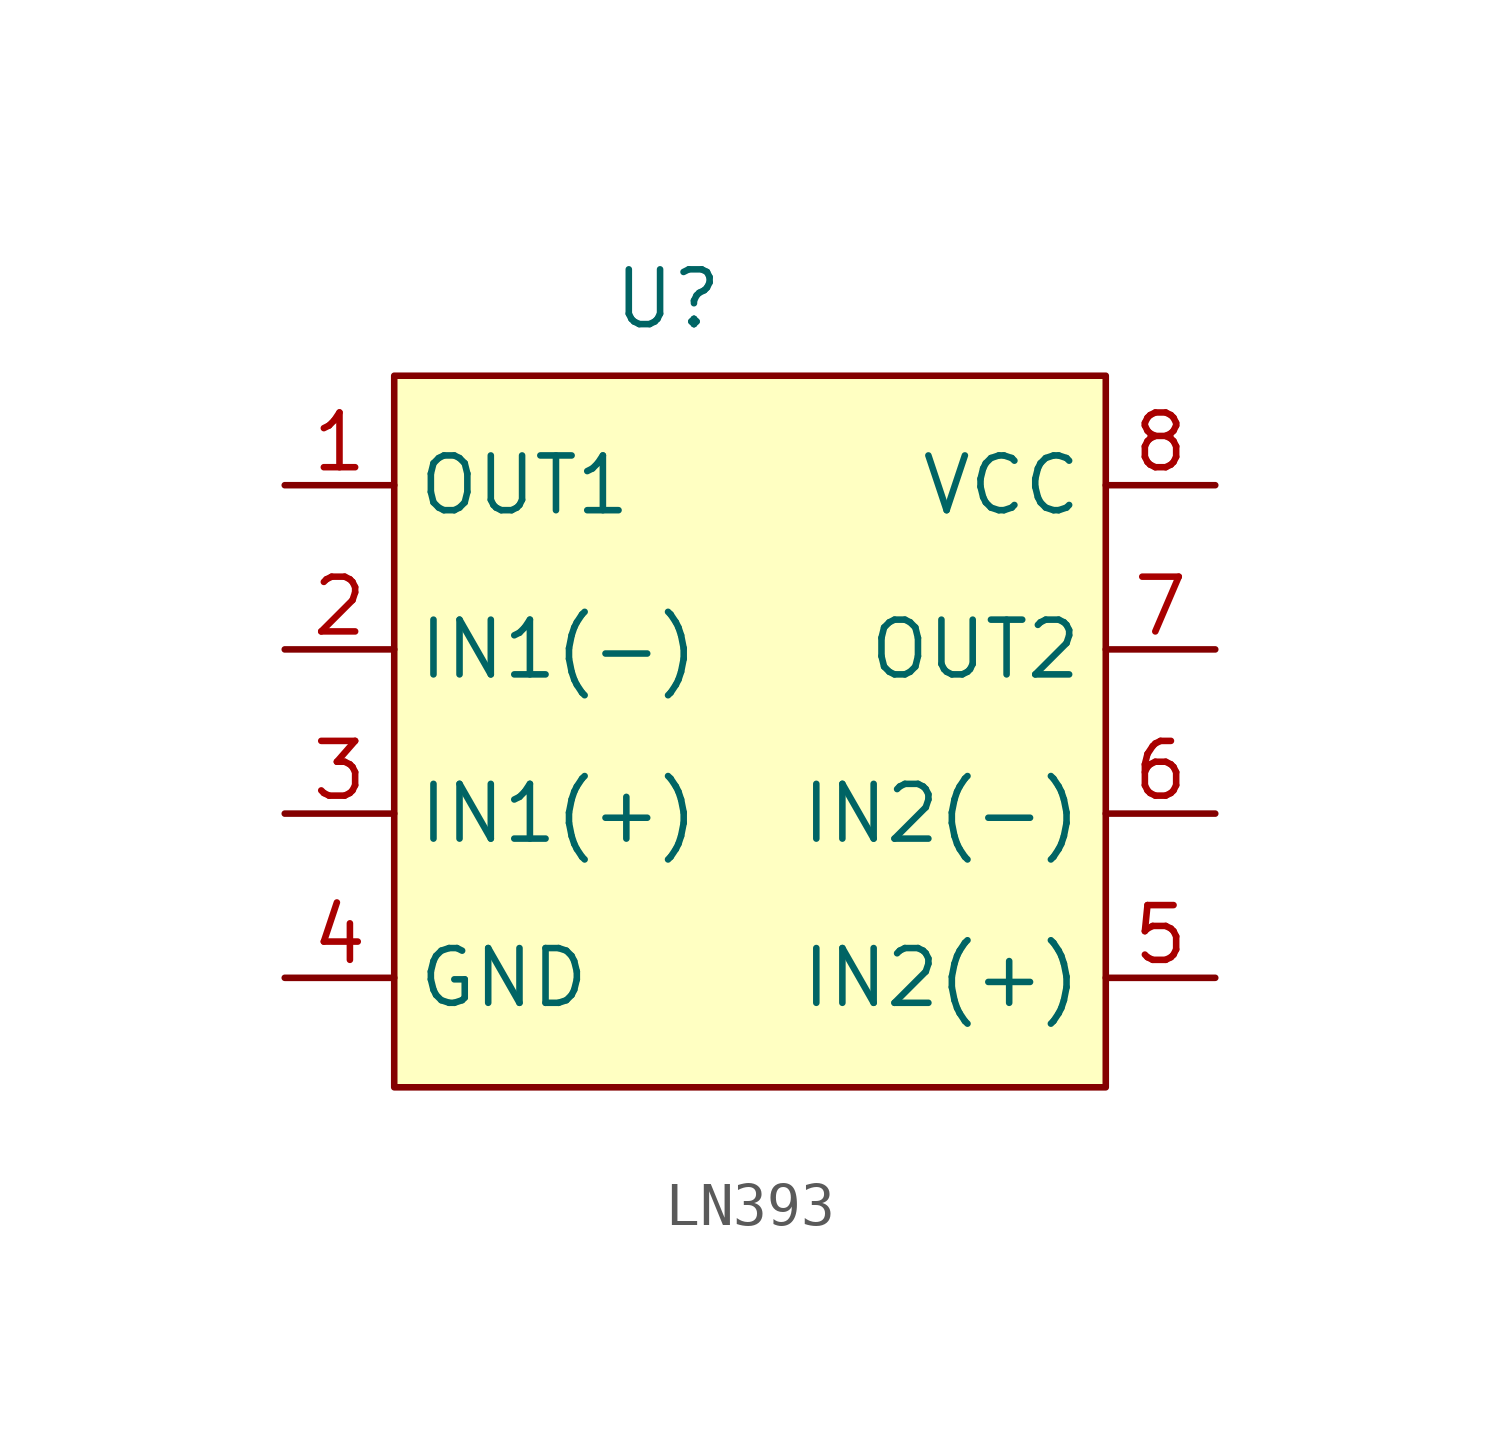
<source format=kicad_sym>
(kicad_symbol_lib
  (version 20241209)
  (generator "kicad_symbol_editor")
  (generator_version "9.0")
  (symbol "LN393"
    (property "Reference" "U"
      (at 0 3.048 0)
      (effects (font (size 1.27 1.27))))
    (property "Value" ""
      (at 0 0 0)
      (effects (font (size 1.27 1.27))))
    (symbol "LN393_1_1"
      (rectangle (start -6.35 1.27) (end 10.16 -15.24) (stroke (width 0) (type solid)) (fill (type background)))
      (pin output line (at -8.89 -1.27 0) (length 2.54) (name "OUT1" (effects (font (size 1.27 1.27)))) (number "1" (effects (font (size 1.27 1.27)))))
      (pin input line (at -8.89 -5.08 0) (length 2.54) (name "IN1(-)" (effects (font (size 1.27 1.27)))) (number "2" (effects (font (size 1.27 1.27)))))
      (pin input line (at -8.89 -8.89 0) (length 2.54) (name "IN1(+)" (effects (font (size 1.27 1.27)))) (number "3" (effects (font (size 1.27 1.27)))))
      (pin power_out line (at -8.89 -12.7 0) (length 2.54) (name "GND" (effects (font (size 1.27 1.27)))) (number "4" (effects (font (size 1.27 1.27)))))
      (pin power_in line (at 12.7 -1.27 180) (length 2.54) (name "VCC" (effects (font (size 1.27 1.27)))) (number "8" (effects (font (size 1.27 1.27)))))
      (pin output line (at 12.7 -5.08 180) (length 2.54) (name "OUT2" (effects (font (size 1.27 1.27)))) (number "7" (effects (font (size 1.27 1.27)))))
      (pin input line (at 12.7 -8.89 180) (length 2.54) (name "IN2(-)" (effects (font (size 1.27 1.27)))) (number "6" (effects (font (size 1.27 1.27)))))
      (pin input line (at 12.7 -12.7 180) (length 2.54) (name "IN2(+)" (effects (font (size 1.27 1.27)))) (number "5" (effects (font (size 1.27 1.27))))))))
</source>
